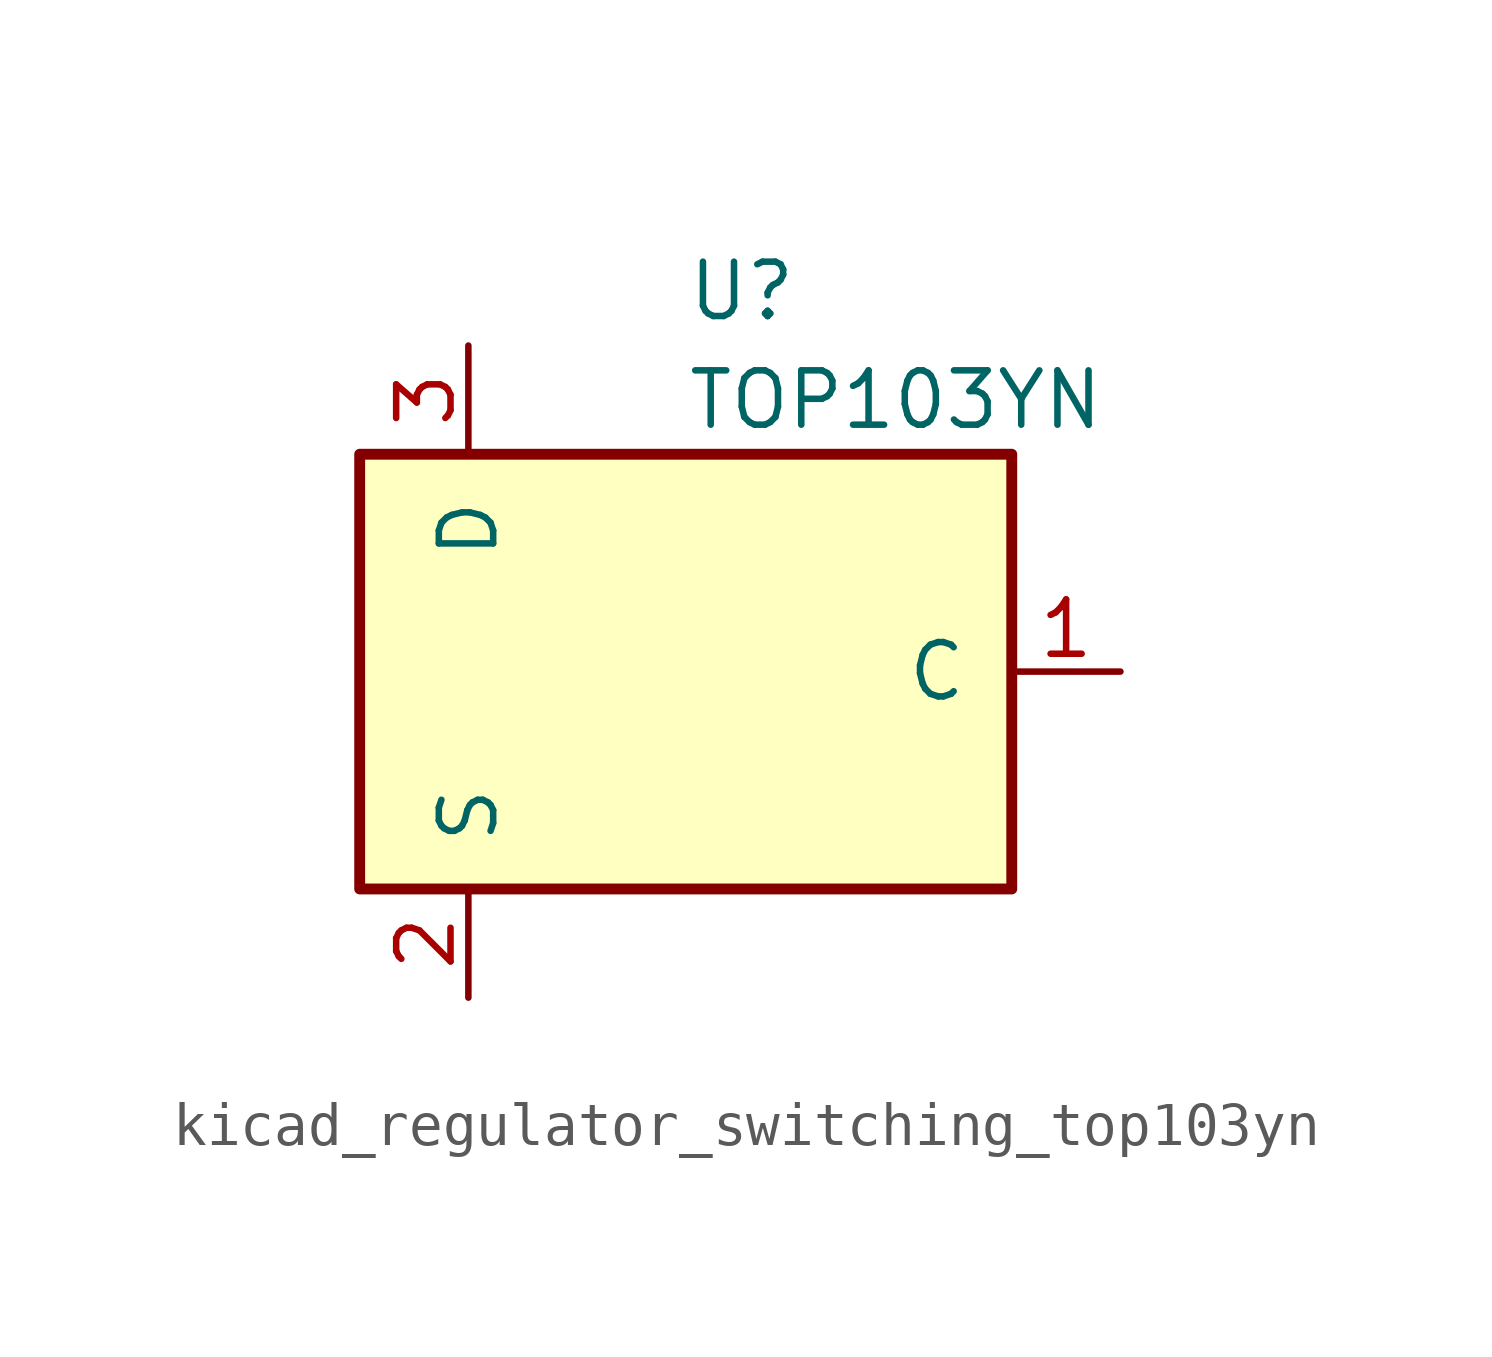
<source format=kicad_sym>
(kicad_symbol_lib
  (version 20220914)
  (generator kicad_symbol_editor)
  (symbol "kicad_regulator_switching_top103yn"
    (pin_names
      (offset 1.016))
    (property "Reference" "U"
      (at 0 8.89 0)
      (effects (font (size 1.27 1.27)) (justify left)))
    (property "Value" "TOP103YN"
      (at 0 6.35 0)
      (effects (font (size 1.27 1.27)) (justify left)))
    (symbol "kicad_regulator_switching_top103yn_0_1"
      (rectangle (start -7.62 5.08) (end 7.62 -5.08) (stroke (width 0.254) (type default)) (fill (type background))))
    (symbol "kicad_regulator_switching_top103yn_1_1"
      (pin input line (at 10.16 0 180) (length 2.54) (name "C" (effects (font (size 1.27 1.27)))) (number "1" (effects (font (size 1.27 1.27)))))
      (pin power_in line (at -5.08 -7.62 90) (length 2.54) (name "S" (effects (font (size 1.27 1.27)))) (number "2" (effects (font (size 1.27 1.27)))))
      (pin open_collector line (at -5.08 7.62 270) (length 2.54) (name "D" (effects (font (size 1.27 1.27)))) (number "3" (effects (font (size 1.27 1.27))))))))
</source>
